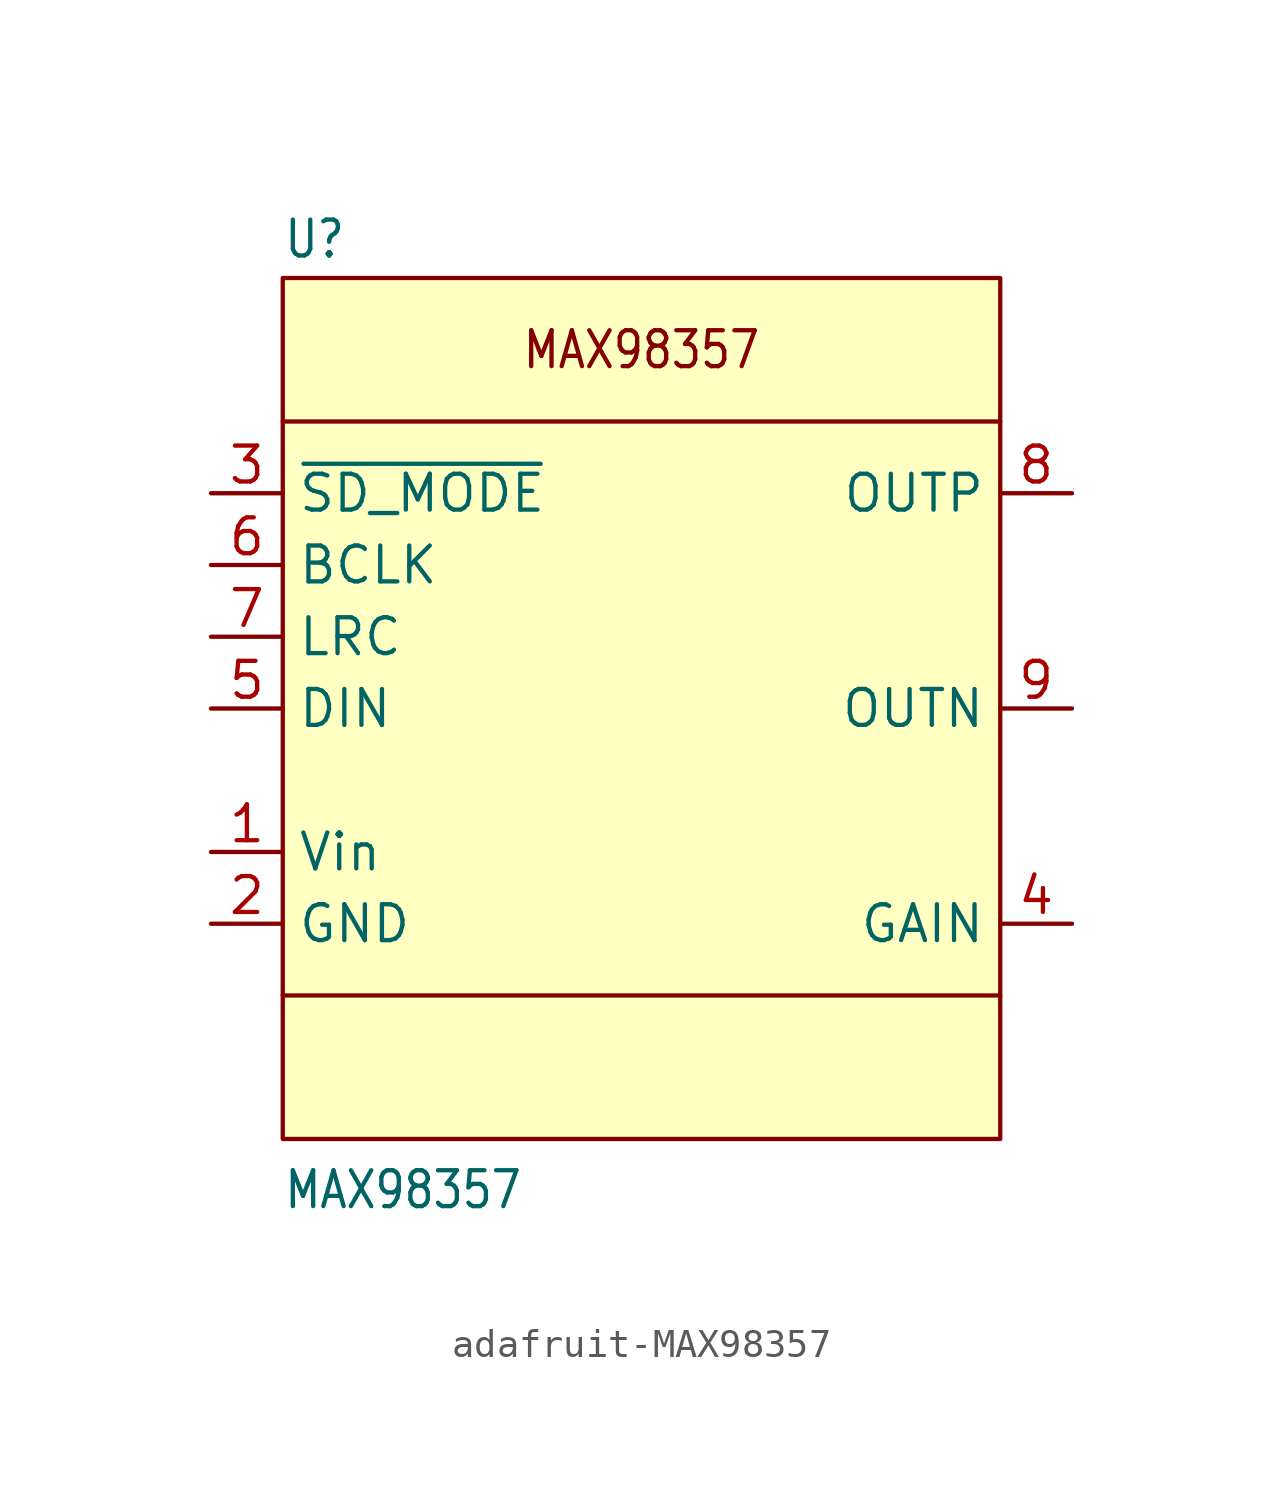
<source format=kicad_sym>
(kicad_symbol_lib
  (version 20231120)
  (generator "kicad_symbol_editor")
  (generator_version "8.0")
  (symbol "adafruit-MAX98357"
    (property "Reference" "U"
      (at -12.7 15.875 0)
      (effects (font (size 1.27 1.079)) (justify left bottom)))
    (property "Value" "MAX98357"
      (at -12.7 -17.78 0)
      (effects (font (size 1.27 1.079)) (justify left bottom)))
    (symbol "adafruit-MAX98357_0_1"
      (rectangle (start -12.7 15.24) (end 12.7 -15.24) (stroke (width 0) (type default)) (fill (type background))))
    (symbol "adafruit-MAX98357_1_0"
      (polyline (pts (xy -12.7 10.16) (xy 12.7 10.16)) (stroke (width 0) (type default)) (fill (type none)))
      (polyline (pts (xy 12.7 -10.16) (xy -12.7 -10.16)) (stroke (width 0) (type default)) (fill (type none)))
      (text "MAX98357\n" (at 0 12.7 0) (effects (font (size 1.27 1.079))))
      (pin power_in line (at -15.24 -5.08 0) (length 2.54) (name "Vin" (effects (font (size 1.27 1.27)))) (number "1" (effects (font (size 1.27 1.27)))))
      (pin power_in line (at -15.24 -7.62 0) (length 2.54) (name "GND" (effects (font (size 1.27 1.27)))) (number "2" (effects (font (size 1.27 1.27)))))
      (pin bidirectional line (at -15.24 7.62 0) (length 2.54) (name "~{SD_MODE}" (effects (font (size 1.27 1.27)))) (number "3" (effects (font (size 1.27 1.27)))))
      (pin bidirectional line (at 15.24 -7.62 180) (length 2.54) (name "GAIN" (effects (font (size 1.27 1.27)))) (number "4" (effects (font (size 1.27 1.27)))))
      (pin bidirectional line (at -15.24 0 0) (length 2.54) (name "DIN" (effects (font (size 1.27 1.27)))) (number "5" (effects (font (size 1.27 1.27)))))
      (pin bidirectional line (at -15.24 5.08 0) (length 2.54) (name "BCLK" (effects (font (size 1.27 1.27)))) (number "6" (effects (font (size 1.27 1.27)))))
      (pin bidirectional line (at -15.24 2.54 0) (length 2.54) (name "LRC" (effects (font (size 1.27 1.27)))) (number "7" (effects (font (size 1.27 1.27)))))
      (pin output line (at 15.24 7.62 180) (length 2.54) (name "OUTP" (effects (font (size 1.27 1.27)))) (number "8" (effects (font (size 1.27 1.27)))))
      (pin output line (at 15.24 0 180) (length 2.54) (name "OUTN" (effects (font (size 1.27 1.27)))) (number "9" (effects (font (size 1.27 1.27))))))))
</source>
